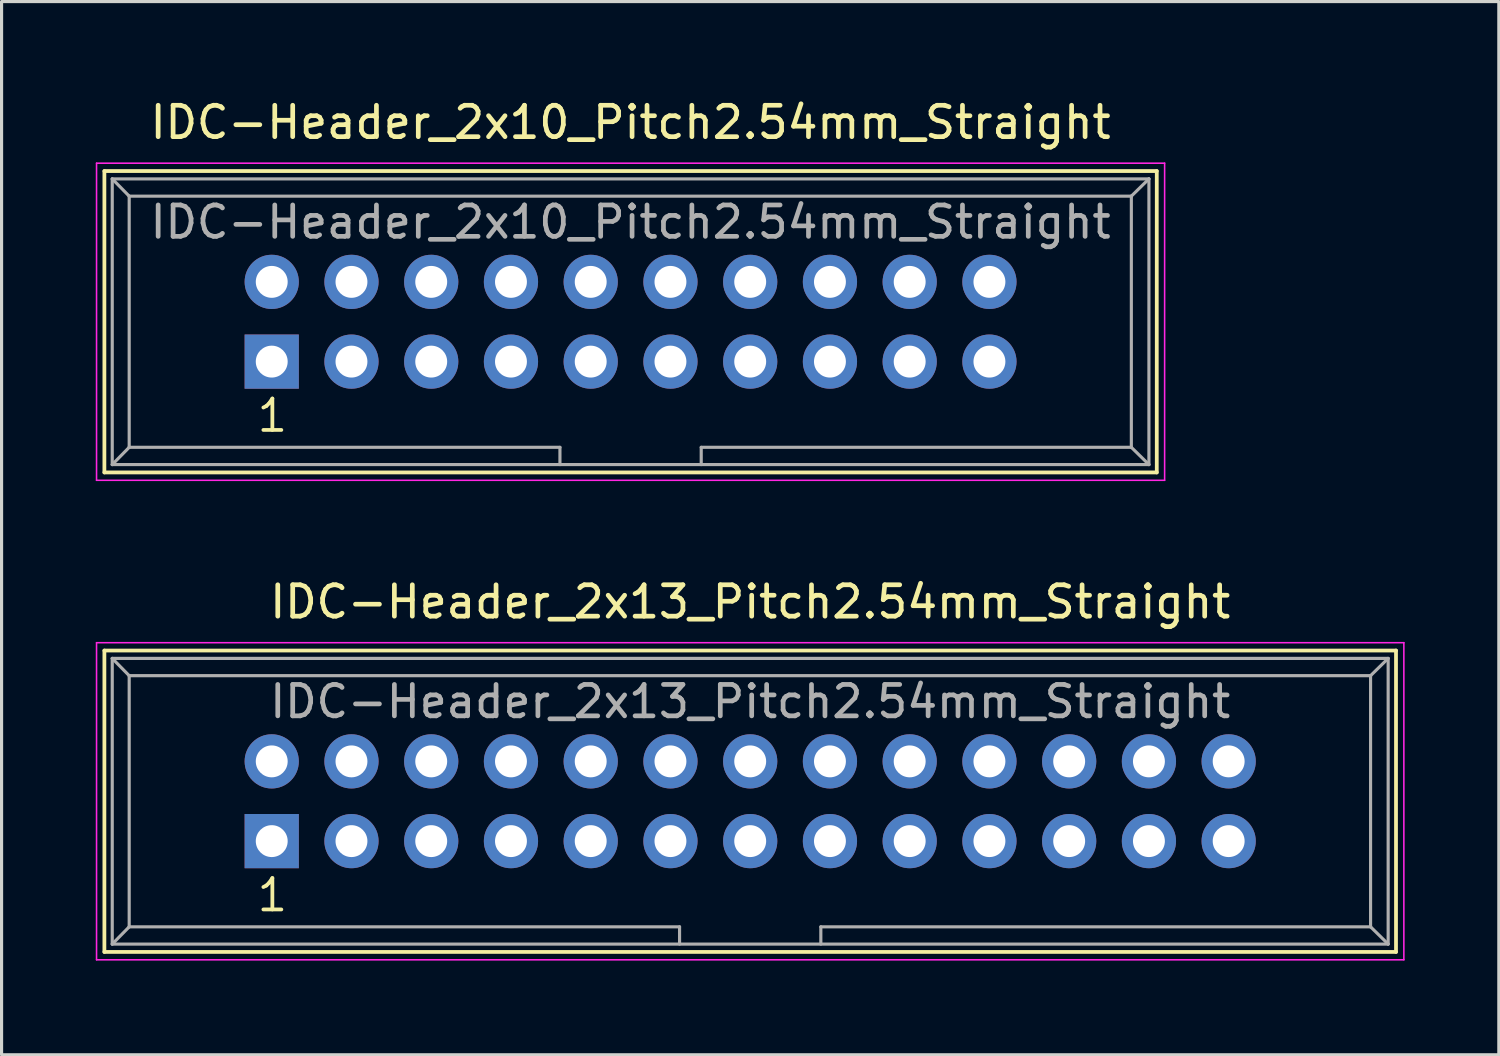
<source format=kicad_pcb>
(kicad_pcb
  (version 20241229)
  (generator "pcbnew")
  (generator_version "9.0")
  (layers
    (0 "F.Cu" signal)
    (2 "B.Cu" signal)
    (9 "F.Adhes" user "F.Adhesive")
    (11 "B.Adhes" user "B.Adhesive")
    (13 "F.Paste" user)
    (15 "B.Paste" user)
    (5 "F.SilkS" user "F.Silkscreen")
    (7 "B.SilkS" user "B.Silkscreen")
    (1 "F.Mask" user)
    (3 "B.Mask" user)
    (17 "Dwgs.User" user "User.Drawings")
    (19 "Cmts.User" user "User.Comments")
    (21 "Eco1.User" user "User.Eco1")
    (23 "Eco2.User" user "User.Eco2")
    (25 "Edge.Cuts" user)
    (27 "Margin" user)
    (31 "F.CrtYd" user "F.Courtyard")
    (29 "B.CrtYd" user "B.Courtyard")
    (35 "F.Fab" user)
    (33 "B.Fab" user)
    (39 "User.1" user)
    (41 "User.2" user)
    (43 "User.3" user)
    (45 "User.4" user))
  (footprint "IDC-Header_2x13_Pitch2.54mm_Straight"
    (layer "F.Cu")
    (at 5.605 23.741)
    (property "Reference" "IDC-Header_2x13_Pitch2.54mm_Straight" (at 15.24 -7.62 0) (layer "F.SilkS") (effects (font (size 1 1) (thickness 0.15))))
    (attr through_hole)
    (fp_line (start -5.33 -6.07) (end 35.81 -6.07) (stroke (width 0.12) (type solid)) (layer "F.SilkS"))
    (fp_line (start -5.33 3.53) (end -5.33 -6.07) (stroke (width 0.12) (type solid)) (layer "F.SilkS"))
    (fp_line (start 35.81 -6.07) (end 35.81 3.53) (stroke (width 0.12) (type solid)) (layer "F.SilkS"))
    (fp_line (start 35.81 3.53) (end -5.33 3.53) (stroke (width 0.12) (type solid)) (layer "F.SilkS"))
    (fp_line (start -5.58 -6.32) (end 36.06 -6.32) (stroke (width 0.05) (type solid)) (layer "F.CrtYd"))
    (fp_line (start -5.58 3.78) (end -5.58 -6.32) (stroke (width 0.05) (type solid)) (layer "F.CrtYd"))
    (fp_line (start 36.06 -6.32) (end 36.06 3.78) (stroke (width 0.05) (type solid)) (layer "F.CrtYd"))
    (fp_line (start 36.06 3.78) (end -5.58 3.78) (stroke (width 0.05) (type solid)) (layer "F.CrtYd"))
    (fp_line (start -5.08 -5.82) (end -5.08 3.28) (stroke (width 0.1) (type solid)) (layer "F.Fab"))
    (fp_line (start -5.08 -5.82) (end -4.54 -5.27) (stroke (width 0.1) (type solid)) (layer "F.Fab"))
    (fp_line (start -5.08 -5.82) (end 35.56 -5.82) (stroke (width 0.1) (type solid)) (layer "F.Fab"))
    (fp_line (start -5.08 3.28) (end -4.54 2.73) (stroke (width 0.1) (type solid)) (layer "F.Fab"))
    (fp_line (start -5.08 3.28) (end 35.56 3.28) (stroke (width 0.1) (type solid)) (layer "F.Fab"))
    (fp_line (start -4.54 -5.27) (end -4.54 2.73) (stroke (width 0.1) (type solid)) (layer "F.Fab"))
    (fp_line (start -4.54 -5.27) (end 35 -5.27) (stroke (width 0.1) (type solid)) (layer "F.Fab"))
    (fp_line (start -4.54 2.73) (end 12.99 2.73) (stroke (width 0.1) (type solid)) (layer "F.Fab"))
    (fp_line (start 12.99 2.73) (end 12.99 3.28) (stroke (width 0.1) (type solid)) (layer "F.Fab"))
    (fp_line (start 17.49 2.73) (end 17.49 3.28) (stroke (width 0.1) (type solid)) (layer "F.Fab"))
    (fp_line (start 17.49 2.73) (end 35 2.73) (stroke (width 0.1) (type solid)) (layer "F.Fab"))
    (fp_line (start 35 -5.27) (end 35 2.73) (stroke (width 0.1) (type solid)) (layer "F.Fab"))
    (fp_line (start 35.56 -5.82) (end 35 -5.27) (stroke (width 0.1) (type solid)) (layer "F.Fab"))
    (fp_line (start 35.56 -5.82) (end 35.56 3.28) (stroke (width 0.1) (type solid)) (layer "F.Fab"))
    (fp_line (start 35.56 3.28) (end 35 2.73) (stroke (width 0.1) (type solid)) (layer "F.Fab"))
    (fp_text user "1" (at 0.02 1.72 0) (layer "F.SilkS") (effects (font (size 1 1) (thickness 0.12))))
    (fp_text user "${REFERENCE}" (at 15.24 -4.445 0) (layer "F.Fab") (effects (font (size 1 1) (thickness 0.15))))
    (pad "1" thru_hole rect (at 0 0) (size 1.727 1.727) (drill 1.016) (layers "*.Cu" "*.Mask"))
    (pad "2" thru_hole oval (at 0 -2.54) (size 1.727 1.727) (drill 1.016) (layers "*.Cu" "*.Mask"))
    (pad "3" thru_hole oval (at 2.54 0) (size 1.727 1.727) (drill 1.016) (layers "*.Cu" "*.Mask"))
    (pad "4" thru_hole oval (at 2.54 -2.54) (size 1.727 1.727) (drill 1.016) (layers "*.Cu" "*.Mask"))
    (pad "5" thru_hole oval (at 5.08 0) (size 1.727 1.727) (drill 1.016) (layers "*.Cu" "*.Mask"))
    (pad "6" thru_hole oval (at 5.08 -2.54) (size 1.727 1.727) (drill 1.016) (layers "*.Cu" "*.Mask"))
    (pad "7" thru_hole oval (at 7.62 0) (size 1.727 1.727) (drill 1.016) (layers "*.Cu" "*.Mask"))
    (pad "8" thru_hole oval (at 7.62 -2.54) (size 1.727 1.727) (drill 1.016) (layers "*.Cu" "*.Mask"))
    (pad "9" thru_hole oval (at 10.16 0) (size 1.727 1.727) (drill 1.016) (layers "*.Cu" "*.Mask"))
    (pad "10" thru_hole oval (at 10.16 -2.54) (size 1.727 1.727) (drill 1.016) (layers "*.Cu" "*.Mask"))
    (pad "11" thru_hole oval (at 12.7 0) (size 1.727 1.727) (drill 1.016) (layers "*.Cu" "*.Mask"))
    (pad "12" thru_hole oval (at 12.7 -2.54) (size 1.727 1.727) (drill 1.016) (layers "*.Cu" "*.Mask"))
    (pad "13" thru_hole oval (at 15.24 0) (size 1.727 1.727) (drill 1.016) (layers "*.Cu" "*.Mask"))
    (pad "14" thru_hole oval (at 15.24 -2.54) (size 1.727 1.727) (drill 1.016) (layers "*.Cu" "*.Mask"))
    (pad "15" thru_hole oval (at 17.78 0) (size 1.727 1.727) (drill 1.016) (layers "*.Cu" "*.Mask"))
    (pad "16" thru_hole oval (at 17.78 -2.54) (size 1.727 1.727) (drill 1.016) (layers "*.Cu" "*.Mask"))
    (pad "17" thru_hole oval (at 20.32 0) (size 1.727 1.727) (drill 1.016) (layers "*.Cu" "*.Mask"))
    (pad "18" thru_hole oval (at 20.32 -2.54) (size 1.727 1.727) (drill 1.016) (layers "*.Cu" "*.Mask"))
    (pad "19" thru_hole oval (at 22.86 0) (size 1.727 1.727) (drill 1.016) (layers "*.Cu" "*.Mask"))
    (pad "20" thru_hole oval (at 22.86 -2.54) (size 1.727 1.727) (drill 1.016) (layers "*.Cu" "*.Mask"))
    (pad "21" thru_hole oval (at 25.4 0) (size 1.727 1.727) (drill 1.016) (layers "*.Cu" "*.Mask"))
    (pad "22" thru_hole oval (at 25.4 -2.54) (size 1.727 1.727) (drill 1.016) (layers "*.Cu" "*.Mask"))
    (pad "23" thru_hole oval (at 27.94 0) (size 1.727 1.727) (drill 1.016) (layers "*.Cu" "*.Mask"))
    (pad "24" thru_hole oval (at 27.94 -2.54) (size 1.727 1.727) (drill 1.016) (layers "*.Cu" "*.Mask"))
    (pad "25" thru_hole oval (at 30.48 0) (size 1.727 1.727) (drill 1.016) (layers "*.Cu" "*.Mask"))
    (pad "26" thru_hole oval (at 30.48 -2.54) (size 1.727 1.727) (drill 1.016) (layers "*.Cu" "*.Mask")))
  (footprint "IDC-Header_2x10_Pitch2.54mm_Straight"
    (layer "F.Cu")
    (at 5.605 8.468)
    (property "Reference" "IDC-Header_2x10_Pitch2.54mm_Straight" (at 11.43 -7.62 0) (layer "F.SilkS") (effects (font (size 1 1) (thickness 0.15))))
    (attr through_hole)
    (fp_line (start -5.33 -6.07) (end 28.19 -6.07) (stroke (width 0.12) (type solid)) (layer "F.SilkS"))
    (fp_line (start -5.33 3.53) (end -5.33 -6.07) (stroke (width 0.12) (type solid)) (layer "F.SilkS"))
    (fp_line (start 28.19 -6.07) (end 28.19 3.53) (stroke (width 0.12) (type solid)) (layer "F.SilkS"))
    (fp_line (start 28.19 3.53) (end -5.33 3.53) (stroke (width 0.12) (type solid)) (layer "F.SilkS"))
    (fp_line (start -5.58 -6.32) (end 28.44 -6.32) (stroke (width 0.05) (type solid)) (layer "F.CrtYd"))
    (fp_line (start -5.58 3.78) (end -5.58 -6.32) (stroke (width 0.05) (type solid)) (layer "F.CrtYd"))
    (fp_line (start 28.44 -6.32) (end 28.44 3.78) (stroke (width 0.05) (type solid)) (layer "F.CrtYd"))
    (fp_line (start 28.44 3.78) (end -5.58 3.78) (stroke (width 0.05) (type solid)) (layer "F.CrtYd"))
    (fp_line (start -5.08 -5.82) (end -5.08 3.28) (stroke (width 0.1) (type solid)) (layer "F.Fab"))
    (fp_line (start -5.08 -5.82) (end -4.54 -5.27) (stroke (width 0.1) (type solid)) (layer "F.Fab"))
    (fp_line (start -5.08 -5.82) (end 27.94 -5.82) (stroke (width 0.1) (type solid)) (layer "F.Fab"))
    (fp_line (start -5.08 3.28) (end -4.54 2.73) (stroke (width 0.1) (type solid)) (layer "F.Fab"))
    (fp_line (start -5.08 3.28) (end 27.94 3.28) (stroke (width 0.1) (type solid)) (layer "F.Fab"))
    (fp_line (start -4.54 -5.27) (end -4.54 2.73) (stroke (width 0.1) (type solid)) (layer "F.Fab"))
    (fp_line (start -4.54 -5.27) (end 27.38 -5.27) (stroke (width 0.1) (type solid)) (layer "F.Fab"))
    (fp_line (start -4.54 2.73) (end 9.18 2.73) (stroke (width 0.1) (type solid)) (layer "F.Fab"))
    (fp_line (start 9.18 2.73) (end 9.18 3.28) (stroke (width 0.1) (type solid)) (layer "F.Fab"))
    (fp_line (start 13.68 2.73) (end 13.68 3.28) (stroke (width 0.1) (type solid)) (layer "F.Fab"))
    (fp_line (start 13.68 2.73) (end 27.38 2.73) (stroke (width 0.1) (type solid)) (layer "F.Fab"))
    (fp_line (start 27.38 -5.27) (end 27.38 2.73) (stroke (width 0.1) (type solid)) (layer "F.Fab"))
    (fp_line (start 27.94 -5.82) (end 27.38 -5.27) (stroke (width 0.1) (type solid)) (layer "F.Fab"))
    (fp_line (start 27.94 -5.82) (end 27.94 3.28) (stroke (width 0.1) (type solid)) (layer "F.Fab"))
    (fp_line (start 27.94 3.28) (end 27.38 2.73) (stroke (width 0.1) (type solid)) (layer "F.Fab"))
    (fp_text user "1" (at 0.02 1.72 0) (layer "F.SilkS") (effects (font (size 1 1) (thickness 0.12))))
    (fp_text user "${REFERENCE}" (at 11.43 -4.445 0) (layer "F.Fab") (effects (font (size 1 1) (thickness 0.15))))
    (pad "1" thru_hole rect (at 0 0) (size 1.727 1.727) (drill 1.016) (layers "*.Cu" "*.Mask"))
    (pad "2" thru_hole oval (at 0 -2.54) (size 1.727 1.727) (drill 1.016) (layers "*.Cu" "*.Mask"))
    (pad "3" thru_hole oval (at 2.54 0) (size 1.727 1.727) (drill 1.016) (layers "*.Cu" "*.Mask"))
    (pad "4" thru_hole oval (at 2.54 -2.54) (size 1.727 1.727) (drill 1.016) (layers "*.Cu" "*.Mask"))
    (pad "5" thru_hole oval (at 5.08 0) (size 1.727 1.727) (drill 1.016) (layers "*.Cu" "*.Mask"))
    (pad "6" thru_hole oval (at 5.08 -2.54) (size 1.727 1.727) (drill 1.016) (layers "*.Cu" "*.Mask"))
    (pad "7" thru_hole oval (at 7.62 0) (size 1.727 1.727) (drill 1.016) (layers "*.Cu" "*.Mask"))
    (pad "8" thru_hole oval (at 7.62 -2.54) (size 1.727 1.727) (drill 1.016) (layers "*.Cu" "*.Mask"))
    (pad "9" thru_hole oval (at 10.16 0) (size 1.727 1.727) (drill 1.016) (layers "*.Cu" "*.Mask"))
    (pad "10" thru_hole oval (at 10.16 -2.54) (size 1.727 1.727) (drill 1.016) (layers "*.Cu" "*.Mask"))
    (pad "11" thru_hole oval (at 12.7 0) (size 1.727 1.727) (drill 1.016) (layers "*.Cu" "*.Mask"))
    (pad "12" thru_hole oval (at 12.7 -2.54) (size 1.727 1.727) (drill 1.016) (layers "*.Cu" "*.Mask"))
    (pad "13" thru_hole oval (at 15.24 0) (size 1.727 1.727) (drill 1.016) (layers "*.Cu" "*.Mask"))
    (pad "14" thru_hole oval (at 15.24 -2.54) (size 1.727 1.727) (drill 1.016) (layers "*.Cu" "*.Mask"))
    (pad "15" thru_hole oval (at 17.78 0) (size 1.727 1.727) (drill 1.016) (layers "*.Cu" "*.Mask"))
    (pad "16" thru_hole oval (at 17.78 -2.54) (size 1.727 1.727) (drill 1.016) (layers "*.Cu" "*.Mask"))
    (pad "17" thru_hole oval (at 20.32 0) (size 1.727 1.727) (drill 1.016) (layers "*.Cu" "*.Mask"))
    (pad "18" thru_hole oval (at 20.32 -2.54) (size 1.727 1.727) (drill 1.016) (layers "*.Cu" "*.Mask"))
    (pad "19" thru_hole oval (at 22.86 0) (size 1.727 1.727) (drill 1.016) (layers "*.Cu" "*.Mask"))
    (pad "20" thru_hole oval (at 22.86 -2.54) (size 1.727 1.727) (drill 1.016) (layers "*.Cu" "*.Mask")))
  (gr_rect
    (start -3 -3)
    (end 44.69 30.547)
    (stroke (width 0.1) (type default))
    (fill no)
    (layer "Edge.Cuts")))
</source>
